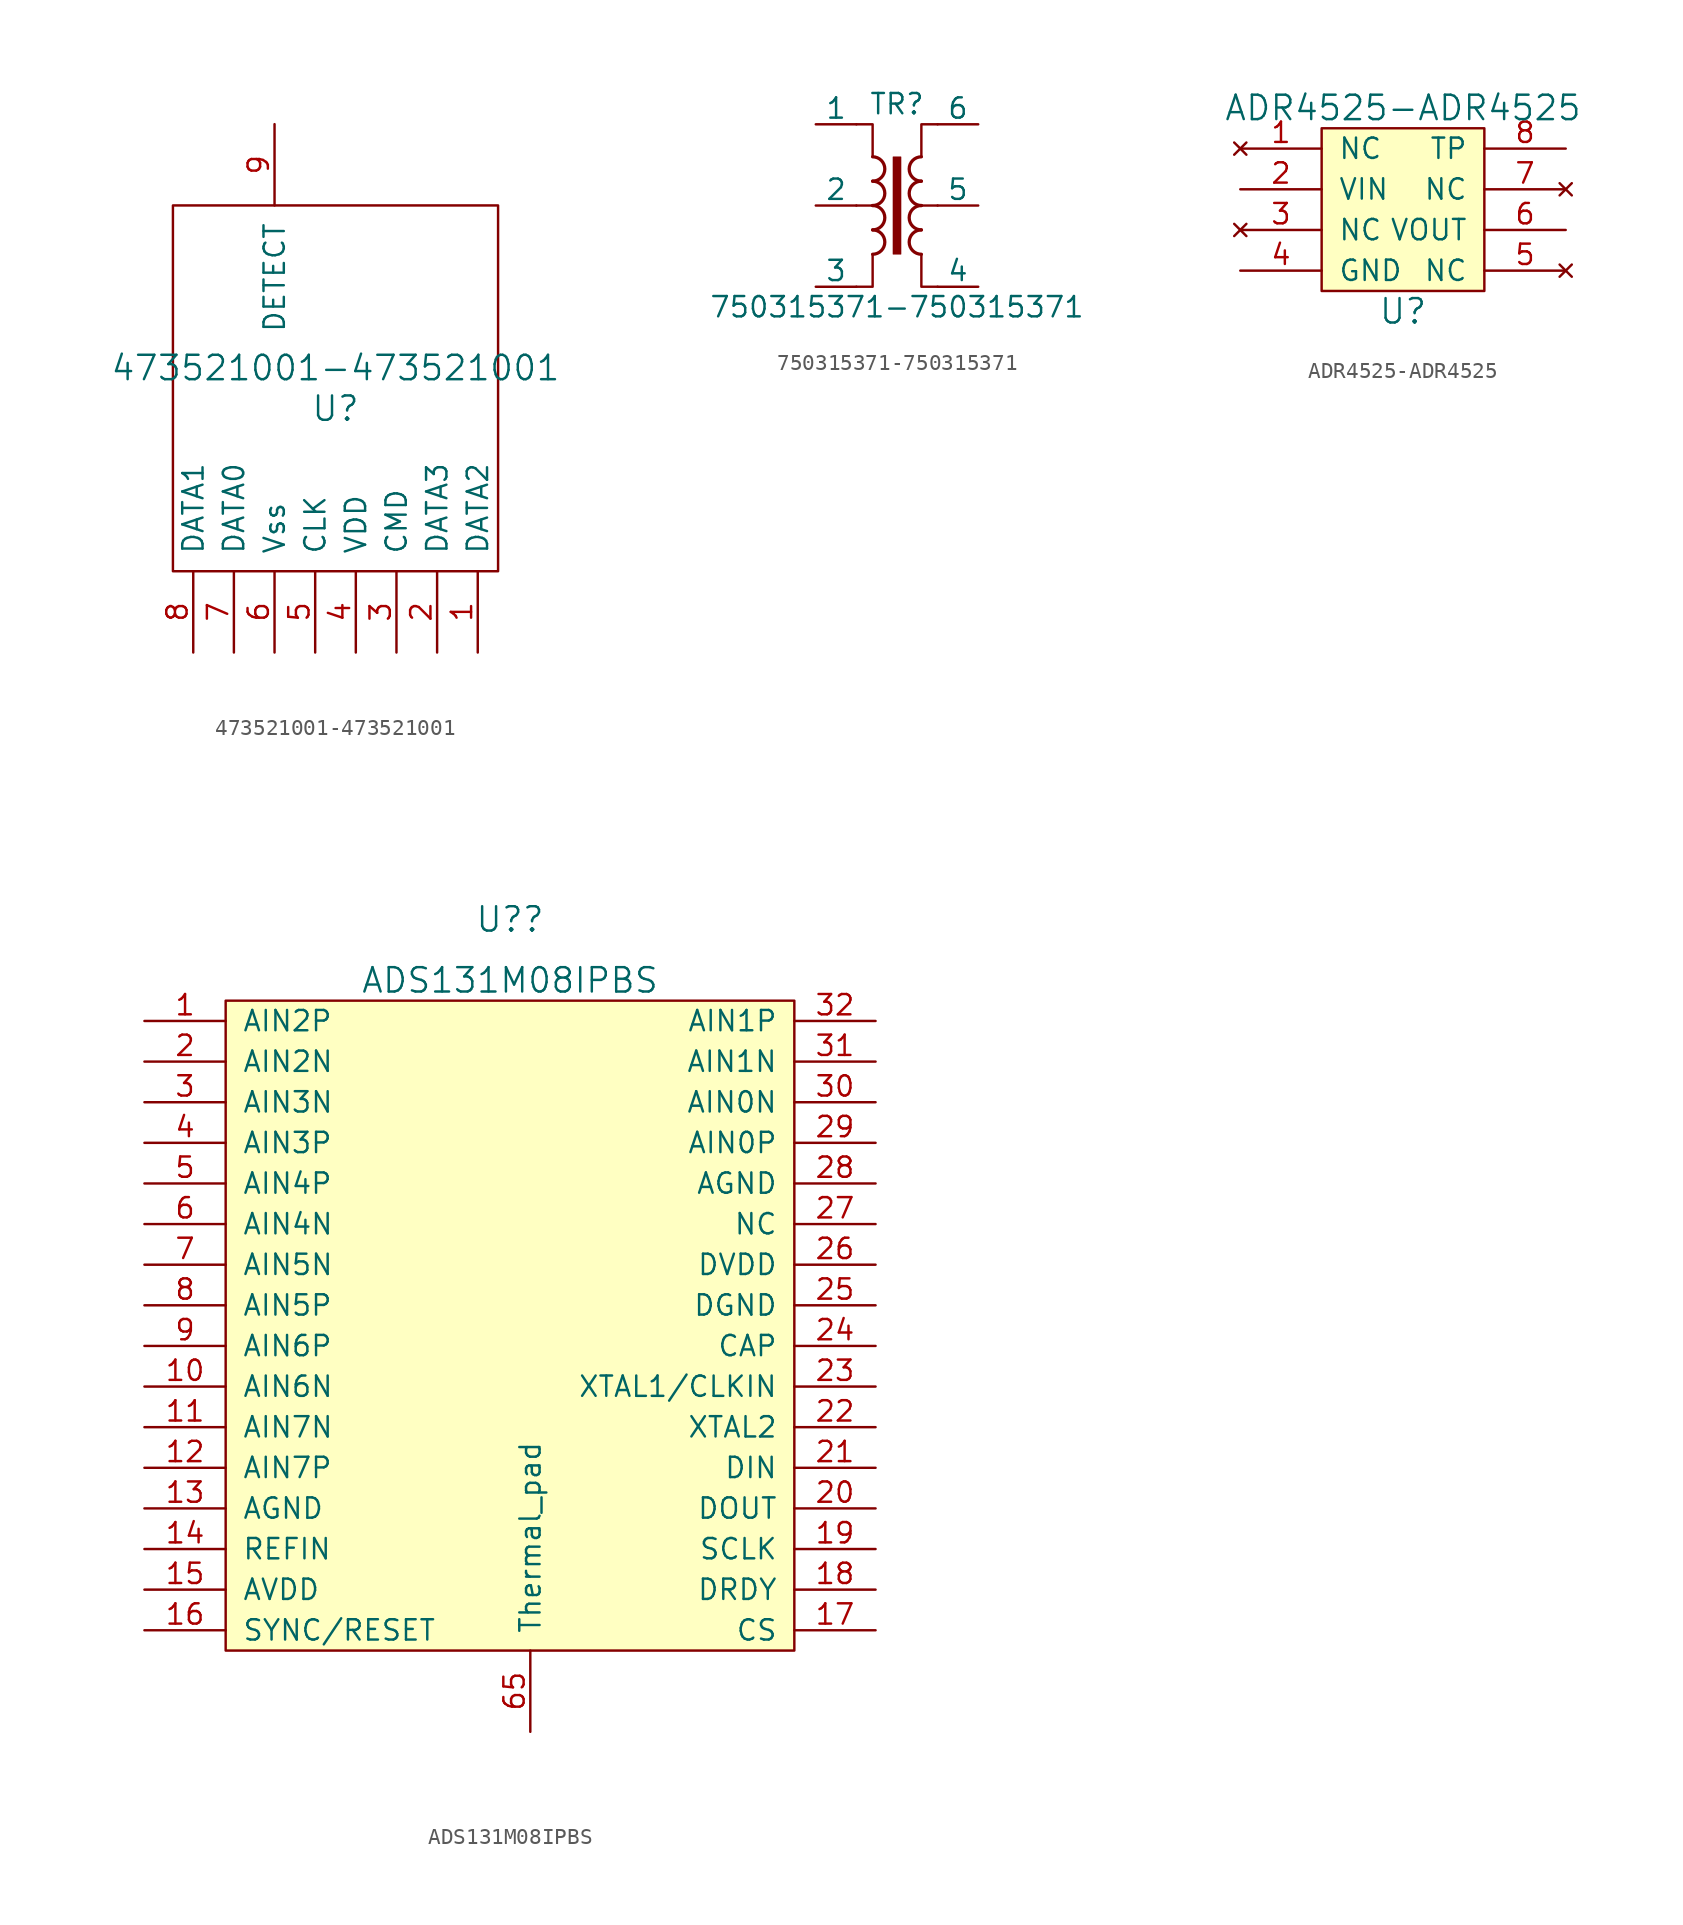
<source format=kicad_sym>
(kicad_symbol_lib
  (version 20210619)
  (generator kicad_symbol_editor)
  (symbol "FreeEEG32-ads131-rescue:473521001-473521001"
    (pin_names
      (offset 1.016))
    (property "Reference" "U"
      (at 0 -1.27 0)
      (effects (font (size 1.524 1.524))))
    (property "Value" "473521001-473521001"
      (at 0 1.27 0)
      (effects (font (size 1.524 1.524))))
    (symbol "473521001-473521001_0_1"
      (rectangle (start -10.16 11.43) (end 10.16 -11.43) (stroke (width 0)) (fill (type none))))
    (symbol "473521001-473521001_1_1"
      (pin input line (at 8.89 -16.51 90) (length 5.08) (name "DATA2" (effects (font (size 1.27 1.27)))) (number "1" (effects (font (size 1.27 1.27)))))
      (pin input line (at 6.35 -16.51 90) (length 5.08) (name "DATA3" (effects (font (size 1.27 1.27)))) (number "2" (effects (font (size 1.27 1.27)))))
      (pin input line (at 3.81 -16.51 90) (length 5.08) (name "CMD" (effects (font (size 1.27 1.27)))) (number "3" (effects (font (size 1.27 1.27)))))
      (pin input line (at 1.27 -16.51 90) (length 5.08) (name "VDD" (effects (font (size 1.27 1.27)))) (number "4" (effects (font (size 1.27 1.27)))))
      (pin input line (at -1.27 -16.51 90) (length 5.08) (name "CLK" (effects (font (size 1.27 1.27)))) (number "5" (effects (font (size 1.27 1.27)))))
      (pin input line (at -3.81 -16.51 90) (length 5.08) (name "Vss" (effects (font (size 1.27 1.27)))) (number "6" (effects (font (size 1.27 1.27)))))
      (pin input line (at -6.35 -16.51 90) (length 5.08) (name "DATA0" (effects (font (size 1.27 1.27)))) (number "7" (effects (font (size 1.27 1.27)))))
      (pin input line (at -8.89 -16.51 90) (length 5.08) (name "DATA1" (effects (font (size 1.27 1.27)))) (number "8" (effects (font (size 1.27 1.27)))))
      (pin input line (at -3.81 16.51 270) (length 5.08) (name "DETECT" (effects (font (size 1.27 1.27)))) (number "9" (effects (font (size 1.27 1.27)))))))
  (symbol "FreeEEG32-ads131-rescue:750315371-750315371"
    (pin_numbers hide)
    (pin_names
      (offset 0))
    (property "Reference" "TR"
      (at 0 6.35 0)
      (effects (font (size 1.27 1.27))))
    (property "Value" "750315371-750315371"
      (at 0 -6.35 0)
      (effects (font (size 1.27 1.27))))
    (symbol "750315371-750315371_0_1"
      (arc (start -1.524 -3.048) (end -1.524 -1.524) (radius (at -1.524 -2.286) (length 0.762) (angles -89.9 89.9)) (stroke (width 0.2032)) (fill (type none)))
      (arc (start -1.524 -1.524) (end -1.524 0) (radius (at -1.524 -0.762) (length 0.762) (angles -89.9 89.9)) (stroke (width 0.2032)) (fill (type none)))
      (arc (start -1.524 0) (end -1.524 1.524) (radius (at -1.524 0.762) (length 0.762) (angles -89.9 89.9)) (stroke (width 0.2032)) (fill (type none)))
      (arc (start -1.524 1.524) (end -1.524 3.048) (radius (at -1.524 2.286) (length 0.762) (angles -89.9 89.9)) (stroke (width 0.2032)) (fill (type none)))
      (arc (start 1.524 -1.524) (end 1.524 -3.048) (radius (at 1.524 -2.286) (length 0.762) (angles 90.1 -90.1)) (stroke (width 0.2032)) (fill (type none)))
      (arc (start 1.524 0) (end 1.524 -1.524) (radius (at 1.524 -0.762) (length 0.762) (angles 90.1 -90.1)) (stroke (width 0.2032)) (fill (type none)))
      (arc (start 1.524 1.524) (end 1.524 0) (radius (at 1.524 0.762) (length 0.762) (angles 90.1 -90.1)) (stroke (width 0.2032)) (fill (type none)))
      (arc (start 1.524 3.048) (end 1.524 1.524) (radius (at 1.524 2.286) (length 0.762) (angles 90.1 -90.1)) (stroke (width 0.2032)) (fill (type none)))
      (rectangle (start -0.254 3.048) (end 0.254 -3.048) (stroke (width 0.025)) (fill (type outline)))
      (polyline (pts (xy -2.54 5.08) (xy -1.524 5.08) (xy -1.524 3.048) (xy -1.524 3.048)) (stroke (width 0.152)) (fill (type none)))
      (polyline (pts (xy -1.524 -3.048) (xy -1.524 -5.08) (xy -2.54 -5.08) (xy -2.54 -5.08)) (stroke (width 0.152)) (fill (type none)))
      (polyline (pts (xy 1.524 3.048) (xy 1.524 5.08) (xy 2.54 5.08) (xy 2.54 5.08)) (stroke (width 0.152)) (fill (type none)))
      (polyline (pts (xy 2.54 -5.08) (xy 1.524 -5.08) (xy 1.524 -3.048) (xy 1.524 -3.048)) (stroke (width 0.152)) (fill (type none)))
      (polyline (pts (xy -1.524 0) (xy -2.54 0) (xy -2.54 0)) (stroke (width 0)) (fill (type outline)))
      (polyline (pts (xy 1.524 0) (xy 2.54 0) (xy 2.54 0)) (stroke (width 0)) (fill (type outline))))
    (symbol "750315371-750315371_1_1"
      (pin passive line (at -5.08 5.08 0) (length 2.54) (name "1" (effects (font (size 1.27 1.27)))) (number "1" (effects (font (size 1.27 1.27)))))
      (pin passive line (at -5.08 0 0) (length 2.54) (name "2" (effects (font (size 1.27 1.27)))) (number "2" (effects (font (size 1.27 1.27)))))
      (pin passive line (at -5.08 -5.08 0) (length 2.54) (name "3" (effects (font (size 1.27 1.27)))) (number "3" (effects (font (size 1.27 1.27)))))
      (pin passive line (at 5.08 -5.08 180) (length 2.54) (name "4" (effects (font (size 1.27 1.27)))) (number "4" (effects (font (size 1.27 1.27)))))
      (pin passive line (at 5.08 0 180) (length 2.54) (name "5" (effects (font (size 1.27 1.27)))) (number "5" (effects (font (size 1.27 1.27)))))
      (pin passive line (at 5.08 5.08 180) (length 2.54) (name "6" (effects (font (size 1.27 1.27)))) (number "6" (effects (font (size 1.27 1.27)))))))
  (symbol "FreeEEG32-ads131-rescue:ADR4525-ADR4525"
    (pin_names
      (offset 1.016))
    (property "Reference" "U"
      (at 0 -6.35 0)
      (effects (font (size 1.524 1.524))))
    (property "Value" "ADR4525-ADR4525"
      (at 0 6.35 0)
      (effects (font (size 1.524 1.524))))
    (symbol "ADR4525-ADR4525_0_1"
      (rectangle (start -5.08 -5.08) (end 5.08 5.08) (stroke (width 0)) (fill (type background))))
    (symbol "ADR4525-ADR4525_1_1"
      (pin no_connect line (at -10.16 3.81 0) (length 5.08) (name "NC" (effects (font (size 1.27 1.27)))) (number "1" (effects (font (size 1.27 1.27)))))
      (pin power_in line (at -10.16 1.27 0) (length 5.08) (name "VIN" (effects (font (size 1.27 1.27)))) (number "2" (effects (font (size 1.27 1.27)))))
      (pin no_connect line (at -10.16 -1.27 0) (length 5.08) (name "NC" (effects (font (size 1.27 1.27)))) (number "3" (effects (font (size 1.27 1.27)))))
      (pin power_in line (at -10.16 -3.81 0) (length 5.08) (name "GND" (effects (font (size 1.27 1.27)))) (number "4" (effects (font (size 1.27 1.27)))))
      (pin no_connect line (at 10.16 -3.81 180) (length 5.08) (name "NC" (effects (font (size 1.27 1.27)))) (number "5" (effects (font (size 1.27 1.27)))))
      (pin power_out line (at 10.16 -1.27 180) (length 5.08) (name "VOUT" (effects (font (size 1.27 1.27)))) (number "6" (effects (font (size 1.27 1.27)))))
      (pin no_connect line (at 10.16 1.27 180) (length 5.08) (name "NC" (effects (font (size 1.27 1.27)))) (number "7" (effects (font (size 1.27 1.27)))))
      (pin unspecified line (at 10.16 3.81 180) (length 5.08) (name "TP" (effects (font (size 1.27 1.27)))) (number "8" (effects (font (size 1.27 1.27)))))))
  (symbol "FreeEEG32-ads131-rescue:ADS131M08IPBS"
    (pin_names
      (offset 1.016))
    (property "Reference" "U?"
      (at -1.27 44.45 0)
      (effects (font (size 1.524 1.524))))
    (property "Value" "ADS131M08IPBS"
      (at -1.27 40.64 0)
      (effects (font (size 1.524 1.524))))
    (property "Datasheet" ""
      (at 0 0 0)
      (effects (font (size 1.524 1.524))))
    (symbol "ADS131M08IPBS_0_1"
      (rectangle (start -19.05 39.37) (end 16.51 -1.27) (stroke (width 0)) (fill (type background))))
    (symbol "ADS131M08IPBS_1_1"
      (pin input line (at -24.13 38.1 0) (length 5.08) (name "AIN2P" (effects (font (size 1.27 1.27)))) (number "1" (effects (font (size 1.27 1.27)))))
      (pin input line (at -24.13 15.24 0) (length 5.08) (name "AIN6N" (effects (font (size 1.27 1.27)))) (number "10" (effects (font (size 1.27 1.27)))))
      (pin input line (at -24.13 12.7 0) (length 5.08) (name "AIN7N" (effects (font (size 1.27 1.27)))) (number "11" (effects (font (size 1.27 1.27)))))
      (pin input line (at -24.13 10.16 0) (length 5.08) (name "AIN7P" (effects (font (size 1.27 1.27)))) (number "12" (effects (font (size 1.27 1.27)))))
      (pin input line (at -24.13 7.62 0) (length 5.08) (name "AGND" (effects (font (size 1.27 1.27)))) (number "13" (effects (font (size 1.27 1.27)))))
      (pin input line (at -24.13 5.08 0) (length 5.08) (name "REFIN" (effects (font (size 1.27 1.27)))) (number "14" (effects (font (size 1.27 1.27)))))
      (pin input line (at -24.13 2.54 0) (length 5.08) (name "AVDD" (effects (font (size 1.27 1.27)))) (number "15" (effects (font (size 1.27 1.27)))))
      (pin input line (at -24.13 0 0) (length 5.08) (name "SYNC/RESET" (effects (font (size 1.27 1.27)))) (number "16" (effects (font (size 1.27 1.27)))))
      (pin input line (at 21.59 0 180) (length 5.08) (name "CS" (effects (font (size 1.27 1.27)))) (number "17" (effects (font (size 1.27 1.27)))))
      (pin input line (at 21.59 2.54 180) (length 5.08) (name "DRDY" (effects (font (size 1.27 1.27)))) (number "18" (effects (font (size 1.27 1.27)))))
      (pin input line (at 21.59 5.08 180) (length 5.08) (name "SCLK" (effects (font (size 1.27 1.27)))) (number "19" (effects (font (size 1.27 1.27)))))
      (pin input line (at -24.13 35.56 0) (length 5.08) (name "AIN2N" (effects (font (size 1.27 1.27)))) (number "2" (effects (font (size 1.27 1.27)))))
      (pin input line (at 21.59 7.62 180) (length 5.08) (name "DOUT" (effects (font (size 1.27 1.27)))) (number "20" (effects (font (size 1.27 1.27)))))
      (pin input line (at 21.59 10.16 180) (length 5.08) (name "DIN" (effects (font (size 1.27 1.27)))) (number "21" (effects (font (size 1.27 1.27)))))
      (pin input line (at 21.59 12.7 180) (length 5.08) (name "XTAL2" (effects (font (size 1.27 1.27)))) (number "22" (effects (font (size 1.27 1.27)))))
      (pin input line (at 21.59 15.24 180) (length 5.08) (name "XTAL1/CLKIN" (effects (font (size 1.27 1.27)))) (number "23" (effects (font (size 1.27 1.27)))))
      (pin input line (at 21.59 17.78 180) (length 5.08) (name "CAP" (effects (font (size 1.27 1.27)))) (number "24" (effects (font (size 1.27 1.27)))))
      (pin input line (at 21.59 20.32 180) (length 5.08) (name "DGND" (effects (font (size 1.27 1.27)))) (number "25" (effects (font (size 1.27 1.27)))))
      (pin input line (at 21.59 22.86 180) (length 5.08) (name "DVDD" (effects (font (size 1.27 1.27)))) (number "26" (effects (font (size 1.27 1.27)))))
      (pin input line (at 21.59 25.4 180) (length 5.08) (name "NC" (effects (font (size 1.27 1.27)))) (number "27" (effects (font (size 1.27 1.27)))))
      (pin input line (at 21.59 27.94 180) (length 5.08) (name "AGND" (effects (font (size 1.27 1.27)))) (number "28" (effects (font (size 1.27 1.27)))))
      (pin input line (at 21.59 30.48 180) (length 5.08) (name "AIN0P" (effects (font (size 1.27 1.27)))) (number "29" (effects (font (size 1.27 1.27)))))
      (pin input line (at -24.13 33.02 0) (length 5.08) (name "AIN3N" (effects (font (size 1.27 1.27)))) (number "3" (effects (font (size 1.27 1.27)))))
      (pin input line (at 21.59 33.02 180) (length 5.08) (name "AIN0N" (effects (font (size 1.27 1.27)))) (number "30" (effects (font (size 1.27 1.27)))))
      (pin input line (at 21.59 35.56 180) (length 5.08) (name "AIN1N" (effects (font (size 1.27 1.27)))) (number "31" (effects (font (size 1.27 1.27)))))
      (pin input line (at 21.59 38.1 180) (length 5.08) (name "AIN1P" (effects (font (size 1.27 1.27)))) (number "32" (effects (font (size 1.27 1.27)))))
      (pin input line (at -24.13 30.48 0) (length 5.08) (name "AIN3P" (effects (font (size 1.27 1.27)))) (number "4" (effects (font (size 1.27 1.27)))))
      (pin input line (at -24.13 27.94 0) (length 5.08) (name "AIN4P" (effects (font (size 1.27 1.27)))) (number "5" (effects (font (size 1.27 1.27)))))
      (pin input line (at -24.13 25.4 0) (length 5.08) (name "AIN4N" (effects (font (size 1.27 1.27)))) (number "6" (effects (font (size 1.27 1.27)))))
      (pin power_in line (at 0 -6.35 90) (length 5.08) (name "Thermal_pad" (effects (font (size 1.27 1.27)))) (number "65" (effects (font (size 1.27 1.27)))))
      (pin input line (at -24.13 22.86 0) (length 5.08) (name "AIN5N" (effects (font (size 1.27 1.27)))) (number "7" (effects (font (size 1.27 1.27)))))
      (pin input line (at -24.13 20.32 0) (length 5.08) (name "AIN5P" (effects (font (size 1.27 1.27)))) (number "8" (effects (font (size 1.27 1.27)))))
      (pin input line (at -24.13 17.78 0) (length 5.08) (name "AIN6P" (effects (font (size 1.27 1.27)))) (number "9" (effects (font (size 1.27 1.27))))))))
</source>
